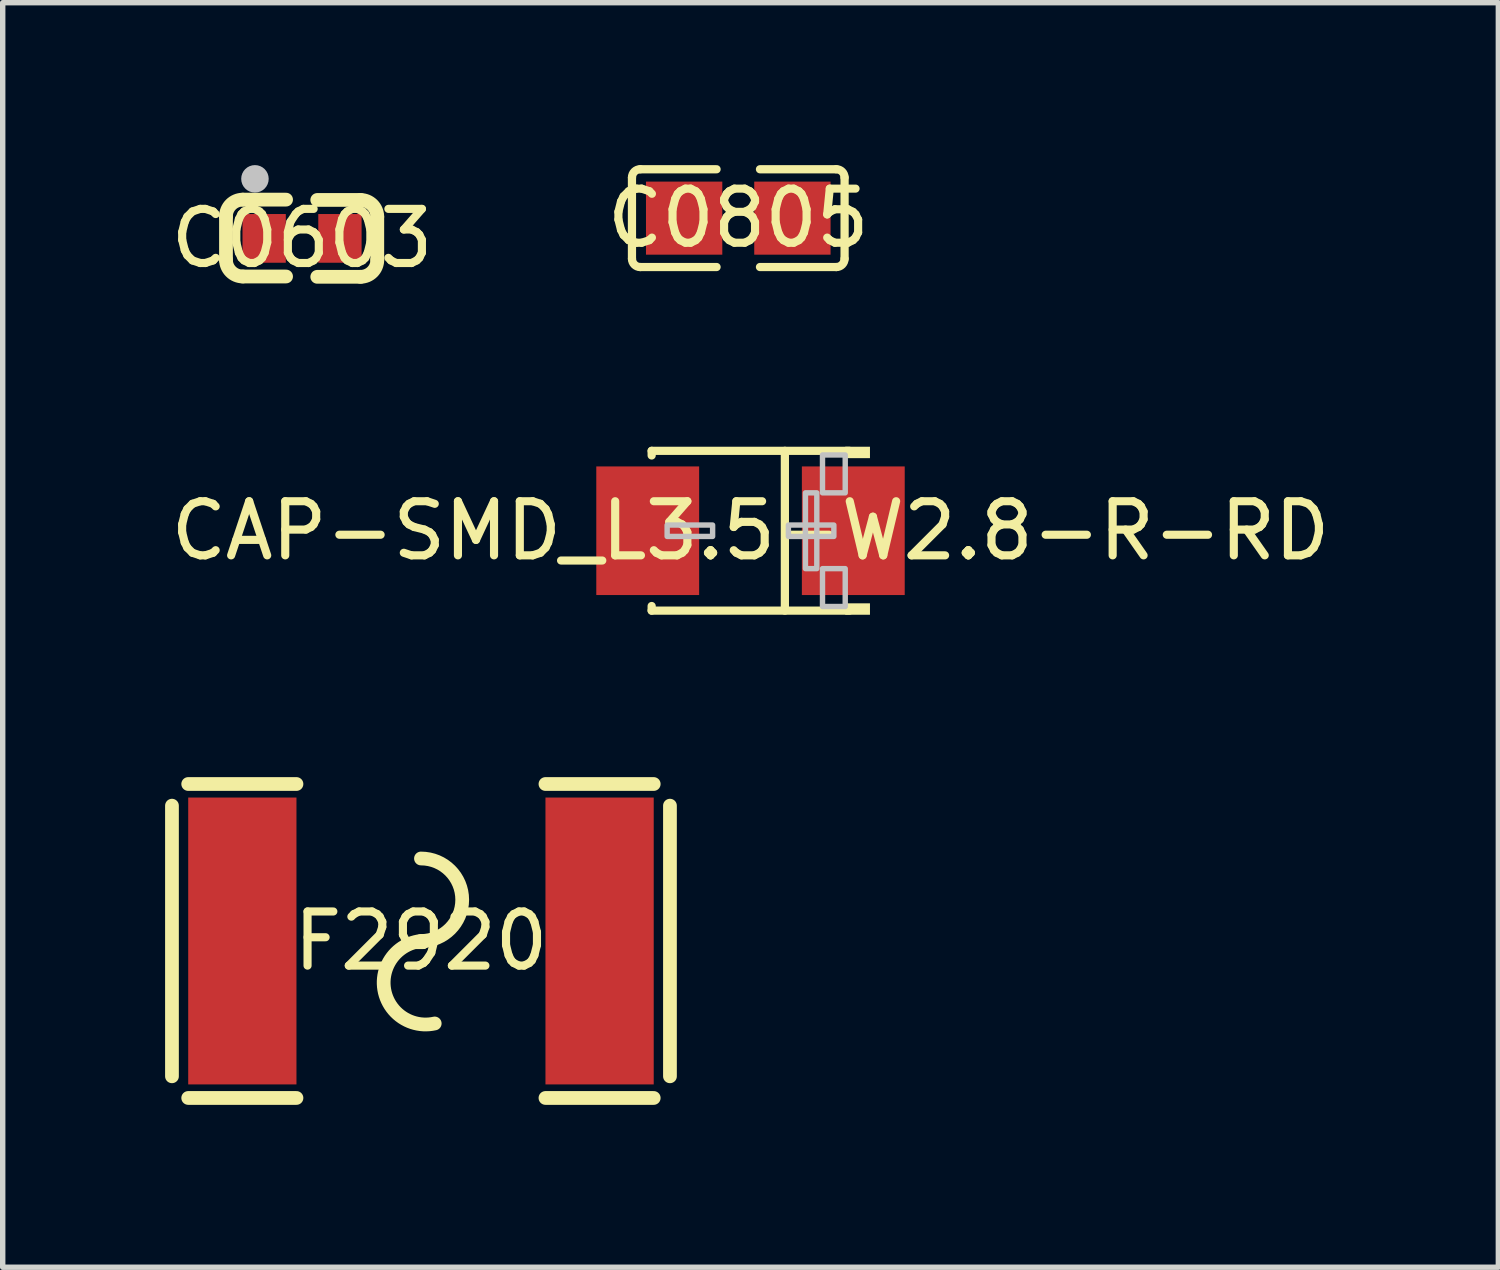
<source format=kicad_pcb>
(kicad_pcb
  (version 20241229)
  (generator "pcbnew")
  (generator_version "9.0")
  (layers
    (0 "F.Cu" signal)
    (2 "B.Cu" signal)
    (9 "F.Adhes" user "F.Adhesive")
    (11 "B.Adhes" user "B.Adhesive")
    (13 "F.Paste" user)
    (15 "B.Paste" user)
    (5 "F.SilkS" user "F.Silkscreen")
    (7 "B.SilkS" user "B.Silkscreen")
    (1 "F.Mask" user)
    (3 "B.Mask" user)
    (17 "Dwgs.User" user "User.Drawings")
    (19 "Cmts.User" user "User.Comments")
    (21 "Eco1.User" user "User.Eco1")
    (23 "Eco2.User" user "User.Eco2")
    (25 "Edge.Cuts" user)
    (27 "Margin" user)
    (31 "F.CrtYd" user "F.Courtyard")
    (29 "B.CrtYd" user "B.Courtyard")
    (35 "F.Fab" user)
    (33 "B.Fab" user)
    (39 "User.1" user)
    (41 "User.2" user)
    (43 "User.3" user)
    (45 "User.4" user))
  (footprint "C0805"
    (layer "F.Cu")
    (at 10.589 0.98)
    (property "Reference" "C0805" (at 0 0 0) (layer "F.SilkS") (effects (font (size 1 1) (thickness 0.15))))
    (fp_line (start -1.964 0.751) (end -1.964 -0.751) (stroke (width 0.152) (type default)) (layer "F.SilkS"))
    (fp_line (start -1.811 -0.903) (end -0.401 -0.903) (stroke (width 0.152) (type default)) (layer "F.SilkS"))
    (fp_line (start -0.401 0.903) (end -1.811 0.903) (stroke (width 0.152) (type default)) (layer "F.SilkS"))
    (fp_line (start 0.401 0.903) (end 1.811 0.903) (stroke (width 0.152) (type default)) (layer "F.SilkS"))
    (fp_line (start 1.811 -0.903) (end 0.401 -0.903) (stroke (width 0.152) (type default)) (layer "F.SilkS"))
    (fp_line (start 1.964 0.751) (end 1.964 -0.751) (stroke (width 0.152) (type default)) (layer "F.SilkS"))
    (fp_arc (start -1.9635 -0.751) (mid -1.918834 -0.858834) (end -1.811 -0.9035) (stroke (width 0.1525) (type default)) (layer "F.SilkS"))
    (fp_arc (start -1.811 0.9035) (mid -1.918834 0.858834) (end -1.9635 0.751) (stroke (width 0.1525) (type default)) (layer "F.SilkS"))
    (fp_arc (start 1.811 -0.9035) (mid 1.918834 -0.858834) (end 1.9635 -0.751) (stroke (width 0.1525) (type default)) (layer "F.SilkS"))
    (fp_arc (start 1.9635 0.751) (mid 1.918834 0.858834) (end 1.811 0.9035) (stroke (width 0.1525) (type default)) (layer "F.SilkS"))
    (fp_poly (pts (xy -1.675 0.62) (xy -1.675 -0.66) (xy -1.625 -0.71) (xy -0.475 -0.71) (xy -0.425 -0.66) (xy -0.42 -0.25) (xy -0.87 -0.25) (xy -0.87 0.2) (xy -0.43 0.2) (xy -0.425 0.62) (xy -0.475 0.67) (xy -1.625 0.67)) (stroke (width 0) (type default)) (fill yes) (layer "F.Paste"))
    (fp_poly (pts (xy 0.475 0.62) (xy 0.475 0.2) (xy 0.92 0.2) (xy 0.92 -0.25) (xy 0.48 -0.25) (xy 0.475 -0.66) (xy 0.525 -0.71) (xy 1.675 -0.71) (xy 1.725 -0.66) (xy 1.725 0.62) (xy 1.675 0.67) (xy 0.525 0.67)) (stroke (width 0) (type default)) (fill yes) (layer "F.Paste"))
    (fp_poly (pts (xy -1 0.625) (xy -1 -0.625) (xy -0.5 -0.625) (xy -0.5 0.625)) (stroke (width 0.1) (type default)) (fill no) (layer "User.1"))
    (fp_poly (pts (xy 1 -0.625) (xy 1 0.625) (xy 0.5 0.625) (xy 0.5 -0.625)) (stroke (width 0.1) (type default)) (fill no) (layer "User.1"))
    (fp_line (start -1 -0.625) (end 1 -0.625) (stroke (width 0.051) (type default)) (layer "User.2"))
    (fp_line (start -1 0.625) (end -1 -0.625) (stroke (width 0.051) (type default)) (layer "User.2"))
    (fp_line (start 1 -0.625) (end 1 0.625) (stroke (width 0.051) (type default)) (layer "User.2"))
    (fp_line (start 1 0.625) (end -1 0.625) (stroke (width 0.051) (type default)) (layer "User.2"))
    (fp_poly (pts (xy -0.945 0.602) (xy -0.977 0.57) (xy -1.023 0.57) (xy -1.055 0.602) (xy -1.055 0.648) (xy -1.023 0.68) (xy -0.977 0.68) (xy -0.945 0.648)) (stroke (width 0.1) (type default)) (fill no) (layer "User.3"))
    (pad "1" smd rect (at -1 0) (size 1.41 1.35) (layers "F.Cu" "F.Mask" "F.Paste"))
    (pad "2" smd rect (at 1 0) (size 1.41 1.35) (layers "F.Cu" "F.Mask" "F.Paste")))
  (footprint "CAP-SMD_L3.5-W2.8-R-RD"
    (layer "F.Cu")
    (at 10.815 6.755)
    (property "Reference" "CAP-SMD_L3.5-W2.8-R-RD" (at 0 0 0) (layer "F.SilkS") (effects (font (size 1 1) (thickness 0.15))))
    (fp_line (start -1.826 -1.476) (end -1.826 -1.391) (stroke (width 0.152) (type default)) (layer "F.SilkS"))
    (fp_line (start -1.826 -1.476) (end 1.826 -1.476) (stroke (width 0.152) (type default)) (layer "F.SilkS"))
    (fp_line (start -1.826 1.476) (end -1.826 1.391) (stroke (width 0.152) (type default)) (layer "F.SilkS"))
    (fp_line (start -1.826 1.476) (end 1.826 1.476) (stroke (width 0.152) (type default)) (layer "F.SilkS"))
    (fp_line (start 0.635 -1.476) (end 0.635 1.476) (stroke (width 0.152) (type default)) (layer "F.SilkS"))
    (fp_poly (pts (xy 1.75 -1.552) (xy 1.75 -1.341) (xy 2.207 -1.341) (xy 2.207 -1.552)) (stroke (width 0) (type default)) (fill yes) (layer "F.SilkS"))
    (fp_poly (pts (xy 1.75 1.552) (xy 1.75 1.341) (xy 2.207 1.341) (xy 2.207 1.552)) (stroke (width 0) (type default)) (fill yes) (layer "F.SilkS"))
    (fp_poly (pts (xy -1.54 0.105) (xy -1.54 -0.105) (xy -0.7 -0.105) (xy -0.7 0.105)) (stroke (width 0.1) (type default)) (fill no) (layer "Dwgs.User"))
    (fp_poly (pts (xy 1.225 0.7) (xy 1.225 -0.7) (xy 1.015 -0.7) (xy 1.015 0.7)) (stroke (width 0.1) (type default)) (fill no) (layer "Dwgs.User"))
    (fp_poly (pts (xy 1.54 0.105) (xy 1.54 -0.105) (xy 0.7 -0.105) (xy 0.7 0.105)) (stroke (width 0.1) (type default)) (fill no) (layer "Dwgs.User"))
    (fp_poly (pts (xy 1.75 -1.4) (xy 1.75 -0.7) (xy 1.33 -0.7) (xy 1.33 -1.4)) (stroke (width 0.1) (type default)) (fill no) (layer "Dwgs.User"))
    (fp_poly (pts (xy 1.75 1.4) (xy 1.75 0.7) (xy 1.33 0.7) (xy 1.33 1.4)) (stroke (width 0.1) (type default)) (fill no) (layer "Dwgs.User"))
    (fp_poly (pts (xy -1.75 1.1) (xy -1.75 -1.1) (xy -1.05 -1.1) (xy -1.05 1.1)) (stroke (width 0.1) (type default)) (fill no) (layer "User.1"))
    (fp_poly (pts (xy 1.75 1.1) (xy 1.75 -1.1) (xy 1.05 -1.1) (xy 1.05 1.1)) (stroke (width 0.1) (type default)) (fill no) (layer "User.1"))
    (fp_line (start -1.75 -1.4) (end 1.75 -1.4) (stroke (width 0.051) (type default)) (layer "User.2"))
    (fp_line (start -1.75 1.4) (end -1.75 -1.4) (stroke (width 0.051) (type default)) (layer "User.2"))
    (fp_line (start 1.75 -1.4) (end 1.75 1.4) (stroke (width 0.051) (type default)) (layer "User.2"))
    (fp_line (start 1.75 1.4) (end -1.75 1.4) (stroke (width 0.051) (type default)) (layer "User.2"))
    (fp_poly (pts (xy 1.805 -1.423) (xy 1.773 -1.455) (xy 1.727 -1.455) (xy 1.695 -1.423) (xy 1.695 -1.377) (xy 1.727 -1.345) (xy 1.773 -1.345) (xy 1.805 -1.377)) (stroke (width 0.1) (type default)) (fill no) (layer "User.3"))
    (pad "1" smd rect (at 1.899 0) (size 1.9 2.376) (layers "F.Cu" "F.Mask" "F.Paste"))
    (pad "2" smd rect (at -1.899 0) (size 1.9 2.376) (layers "F.Cu" "F.Mask" "F.Paste")))
  (footprint "C0603"
    (layer "F.Cu")
    (at 2.53 1.354)
    (property "Reference" "C0603" (at 0 0 0) (layer "F.SilkS") (effects (font (size 1 1) (thickness 0.15))))
    (fp_line (start -1.405 -0.406) (end -1.405 0.395) (stroke (width 0.254) (type default)) (layer "F.SilkS"))
    (fp_line (start -0.295 -0.716) (end -1.095 -0.716) (stroke (width 0.254) (type default)) (layer "F.SilkS"))
    (fp_line (start -0.295 0.704) (end -1.095 0.704) (stroke (width 0.254) (type default)) (layer "F.SilkS"))
    (fp_line (start 0.281 -0.71) (end 1.08 -0.71) (stroke (width 0.254) (type default)) (layer "F.SilkS"))
    (fp_line (start 0.281 0.71) (end 1.08 0.71) (stroke (width 0.254) (type default)) (layer "F.SilkS"))
    (fp_line (start 1.39 -0.4) (end 1.39 0.401) (stroke (width 0.254) (type default)) (layer "F.SilkS"))
    (fp_arc (start -1.4055 -0.4055) (mid -1.314703 -0.624703) (end -1.0955 -0.7155) (stroke (width 0.254) (type default)) (layer "F.SilkS"))
    (fp_arc (start -1.0955 0.704) (mid -1.31435 0.61335) (end -1.4055 0.3945) (stroke (width 0.254) (type default)) (layer "F.SilkS"))
    (fp_arc (start 1.08 -0.7095) (mid 1.29885 -0.61885) (end 1.39 -0.4) (stroke (width 0.254) (type default)) (layer "F.SilkS"))
    (fp_arc (start 1.39 0.4) (mid 1.299203 0.619203) (end 1.08 0.71) (stroke (width 0.254) (type default)) (layer "F.SilkS"))
    (fp_circle (center -0.87 -1.1) (end -0.743 -1.1) (stroke (width 0.254) (type default)) (fill no) (layer "Dwgs.User"))
    (fp_poly (pts (xy -0.8 0.4) (xy -0.8 -0.4) (xy -0.5 -0.4) (xy -0.5 0.4)) (stroke (width 0.1) (type default)) (fill no) (layer "User.1"))
    (fp_poly (pts (xy 0.8 0.4) (xy 0.8 -0.4) (xy 0.5 -0.4) (xy 0.5 0.4)) (stroke (width 0.1) (type default)) (fill no) (layer "User.1"))
    (fp_line (start -0.8 -0.4) (end 0.8 -0.4) (stroke (width 0.051) (type default)) (layer "User.2"))
    (fp_line (start -0.8 0.4) (end -0.8 -0.4) (stroke (width 0.051) (type default)) (layer "User.2"))
    (fp_line (start 0.8 -0.4) (end 0.8 0.4) (stroke (width 0.051) (type default)) (layer "User.2"))
    (fp_line (start 0.8 0.4) (end -0.8 0.4) (stroke (width 0.051) (type default)) (layer "User.2"))
    (fp_poly (pts (xy 1.125 -0.453) (xy 1.093 -0.485) (xy 1.047 -0.485) (xy 1.015 -0.453) (xy 1.015 -0.407) (xy 1.047 -0.375) (xy 1.093 -0.375) (xy 1.125 -0.407)) (stroke (width 0.1) (type default)) (fill no) (layer "User.3"))
    (pad "1" smd rect (at -0.7 0) (size 0.8 0.9) (layers "F.Cu" "F.Mask" "F.Paste"))
    (pad "2" smd rect (at 0.7 0) (size 0.8 0.9) (layers "F.Cu" "F.Mask" "F.Paste")))
  (footprint "F2920"
    (layer "F.Cu")
    (at 4.727 14.334)
    (property "Reference" "F2920" (at 0 0 0) (layer "F.SilkS") (effects (font (size 1 1) (thickness 0.15))))
    (fp_line (start -4.6 -2.5) (end -4.6 2.5) (stroke (width 0.254) (type default)) (layer "F.SilkS"))
    (fp_line (start -4.3 -2.9) (end -2.3 -2.9) (stroke (width 0.254) (type default)) (layer "F.SilkS"))
    (fp_line (start -4.3 2.9) (end -2.3 2.9) (stroke (width 0.254) (type default)) (layer "F.SilkS"))
    (fp_line (start 2.3 -2.9) (end 4.3 -2.9) (stroke (width 0.254) (type default)) (layer "F.SilkS"))
    (fp_line (start 2.3 2.9) (end 4.3 2.9) (stroke (width 0.254) (type default)) (layer "F.SilkS"))
    (fp_line (start 4.6 -2.5) (end 4.6 2.5) (stroke (width 0.254) (type default)) (layer "F.SilkS"))
    (fp_arc (start 0 -1.524) (mid 0.762 -0.762) (end 0 0) (stroke (width 0.254) (type default)) (layer "F.SilkS"))
    (fp_arc (start 0.254 1.524) (mid -0.678157 0.896193) (end 0 0) (stroke (width 0.254) (type default)) (layer "F.SilkS"))
    (fp_poly (pts (xy -3.7 -2.5) (xy -2.3 -2.5) (xy -2.3 2.5) (xy -3.7 2.5)) (stroke (width 0.1) (type default)) (fill no) (layer "User.1"))
    (fp_poly (pts (xy 3.7 2.5) (xy 2.3 2.5) (xy 2.3 -2.5) (xy 3.7 -2.5)) (stroke (width 0.1) (type default)) (fill no) (layer "User.1"))
    (fp_line (start -3.7 -2.5) (end 3.7 -2.5) (stroke (width 0.051) (type default)) (layer "User.2"))
    (fp_line (start -3.7 2.5) (end -3.7 -2.5) (stroke (width 0.051) (type default)) (layer "User.2"))
    (fp_line (start 3.7 -2.5) (end 3.7 2.5) (stroke (width 0.051) (type default)) (layer "User.2"))
    (fp_line (start 3.7 2.5) (end -3.7 2.5) (stroke (width 0.051) (type default)) (layer "User.2"))
    (fp_poly (pts (xy -3.645 2.477) (xy -3.677 2.445) (xy -3.723 2.445) (xy -3.755 2.477) (xy -3.755 2.523) (xy -3.723 2.555) (xy -3.677 2.555) (xy -3.645 2.523)) (stroke (width 0.1) (type default)) (fill no) (layer "User.3"))
    (pad "1" smd rect (at -3.3 0) (size 2 5.3) (layers "F.Cu" "F.Mask" "F.Paste"))
    (pad "2" smd rect (at 3.3 0) (size 2 5.3) (layers "F.Cu" "F.Mask" "F.Paste")))
  (gr_rect
    (start -3 -3)
    (end 24.631 20.361)
    (stroke (width 0.1) (type default))
    (fill no)
    (layer "Edge.Cuts")))
</source>
